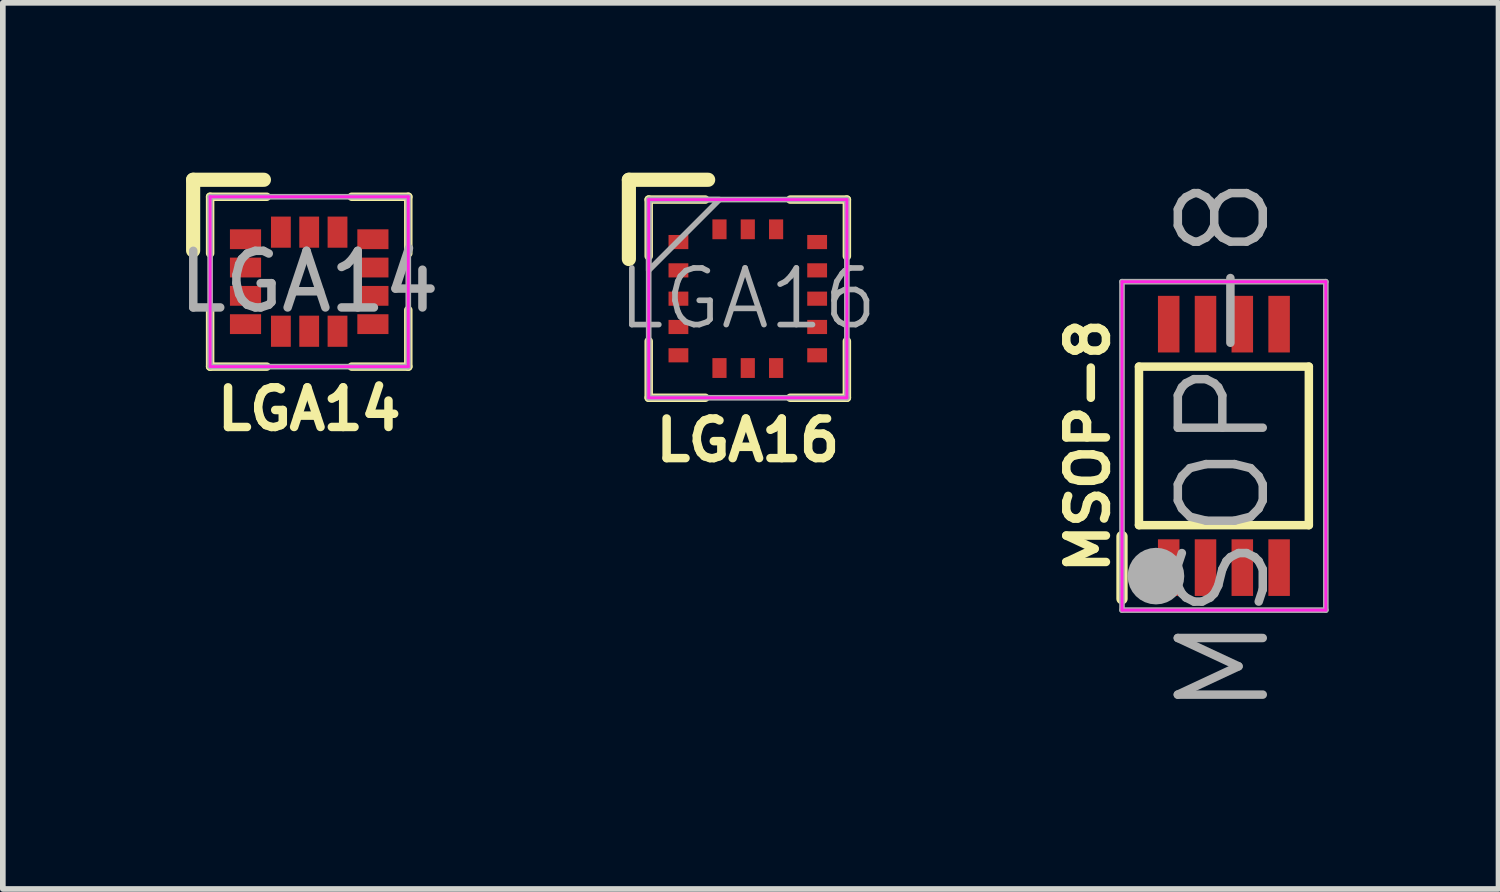
<source format=kicad_pcb>
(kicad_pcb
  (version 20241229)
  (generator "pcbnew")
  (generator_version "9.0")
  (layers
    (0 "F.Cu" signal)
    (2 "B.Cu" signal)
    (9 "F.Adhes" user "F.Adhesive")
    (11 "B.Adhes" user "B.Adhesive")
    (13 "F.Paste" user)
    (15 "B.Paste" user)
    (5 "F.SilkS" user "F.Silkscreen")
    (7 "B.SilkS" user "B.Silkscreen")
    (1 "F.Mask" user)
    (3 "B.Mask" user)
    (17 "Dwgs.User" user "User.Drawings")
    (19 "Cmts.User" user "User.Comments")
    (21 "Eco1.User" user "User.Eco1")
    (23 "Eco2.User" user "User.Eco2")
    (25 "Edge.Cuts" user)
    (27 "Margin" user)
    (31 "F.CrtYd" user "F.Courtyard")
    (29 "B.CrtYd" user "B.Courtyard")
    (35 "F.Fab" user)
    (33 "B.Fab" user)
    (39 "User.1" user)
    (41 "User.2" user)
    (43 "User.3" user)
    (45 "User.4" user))
  (footprint "MSOP-8"
    (layer "F.Cu")
    (at 18.566 4.825)
    (property "Reference" "MSOP-8" (at -2.4 0 90) (layer "F.SilkS") (effects (font (size 0.7 0.7) (thickness 0.15))))
    (attr through_hole)
    (fp_line (start -1.8 1.6) (end -1.8 2.7) (stroke (width 0.2) (type solid)) (layer "F.SilkS"))
    (fp_line (start -1.5 -1.4) (end 1.5 -1.4) (stroke (width 0.15) (type solid)) (layer "F.SilkS"))
    (fp_line (start -1.5 1.4) (end -1.5 -1.4) (stroke (width 0.15) (type solid)) (layer "F.SilkS"))
    (fp_line (start 1.5 -1.4) (end 1.5 1.4) (stroke (width 0.15) (type solid)) (layer "F.SilkS"))
    (fp_line (start 1.5 1.4) (end -1.5 1.4) (stroke (width 0.15) (type solid)) (layer "F.SilkS"))
    (fp_line (start -1.8 -2.9) (end 1.8 -2.9) (stroke (width 0.05) (type solid)) (layer "F.CrtYd"))
    (fp_line (start -1.8 2.9) (end -1.8 -2.9) (stroke (width 0.05) (type solid)) (layer "F.CrtYd"))
    (fp_line (start 1.8 -2.9) (end 1.8 2.9) (stroke (width 0.05) (type solid)) (layer "F.CrtYd"))
    (fp_line (start 1.8 2.9) (end -1.8 2.9) (stroke (width 0.05) (type solid)) (layer "F.CrtYd"))
    (fp_line (start -1.8 -2.9) (end 1.8 -2.9) (stroke (width 0.1) (type solid)) (layer "F.Fab"))
    (fp_line (start -1.8 2.9) (end -1.8 -2.9) (stroke (width 0.1) (type solid)) (layer "F.Fab"))
    (fp_line (start 1.8 -2.9) (end 1.8 2.9) (stroke (width 0.1) (type solid)) (layer "F.Fab"))
    (fp_line (start 1.8 2.9) (end -1.8 2.9) (stroke (width 0.1) (type solid)) (layer "F.Fab"))
    (fp_circle (center -1.2 2.3) (end -0.95 2.3) (stroke (width 0.5) (type solid)) (fill no) (layer "F.Fab"))
    (fp_text user "${REFERENCE}" (at 0 0 90) (layer "F.Fab") (effects (font (size 1.5 1.5) (thickness 0.15))))
    (pad "1" smd rect (at -0.975 2.15) (size 0.38 1) (layers "F.Cu" "F.Mask" "F.Paste"))
    (pad "2" smd rect (at -0.325 2.15) (size 0.38 1) (layers "F.Cu" "F.Mask" "F.Paste"))
    (pad "3" smd rect (at 0.325 2.15) (size 0.38 1) (layers "F.Cu" "F.Mask" "F.Paste"))
    (pad "4" smd rect (at 0.975 2.15) (size 0.38 1) (layers "F.Cu" "F.Mask" "F.Paste"))
    (pad "5" smd rect (at 0.975 -2.15) (size 0.38 1) (layers "F.Cu" "F.Mask" "F.Paste"))
    (pad "6" smd rect (at 0.325 -2.15) (size 0.38 1) (layers "F.Cu" "F.Mask" "F.Paste"))
    (pad "7" smd rect (at -0.325 -2.15) (size 0.38 1) (layers "F.Cu" "F.Mask" "F.Paste"))
    (pad "8" smd rect (at -0.975 -2.15) (size 0.38 1) (layers "F.Cu" "F.Mask" "F.Paste")))
  (footprint "LGA16"
    (layer "F.Cu")
    (at 10.157 2.225)
    (property "Reference" "LGA16" (at 0 2.5 0) (layer "F.SilkS") (effects (font (size 0.7 0.7) (thickness 0.15))))
    (attr through_hole)
    (fp_line (start -2.1 -2.1) (end -0.7 -2.1) (stroke (width 0.25) (type solid)) (layer "F.SilkS"))
    (fp_line (start -2.1 -0.7) (end -2.1 -2.1) (stroke (width 0.25) (type solid)) (layer "F.SilkS"))
    (fp_line (start -1.75 -1.75) (end -1.75 -0.75) (stroke (width 0.15) (type solid)) (layer "F.SilkS"))
    (fp_line (start -1.75 -1.75) (end -0.75 -1.75) (stroke (width 0.15) (type solid)) (layer "F.SilkS"))
    (fp_line (start -1.75 1.75) (end -1.75 0.75) (stroke (width 0.15) (type solid)) (layer "F.SilkS"))
    (fp_line (start -1.75 1.75) (end -0.75 1.75) (stroke (width 0.15) (type solid)) (layer "F.SilkS"))
    (fp_line (start 1.75 -1.75) (end 0.75 -1.75) (stroke (width 0.15) (type solid)) (layer "F.SilkS"))
    (fp_line (start 1.75 -1.75) (end 1.75 -0.75) (stroke (width 0.15) (type solid)) (layer "F.SilkS"))
    (fp_line (start 1.75 1.75) (end 0.75 1.75) (stroke (width 0.15) (type solid)) (layer "F.SilkS"))
    (fp_line (start 1.75 1.75) (end 1.75 0.75) (stroke (width 0.15) (type solid)) (layer "F.SilkS"))
    (fp_line (start -1.75 -1.75) (end 1.75 -1.75) (stroke (width 0.05) (type solid)) (layer "F.CrtYd"))
    (fp_line (start -1.75 1.75) (end -1.75 -1.75) (stroke (width 0.05) (type solid)) (layer "F.CrtYd"))
    (fp_line (start 1.75 -1.75) (end 1.75 1.75) (stroke (width 0.05) (type solid)) (layer "F.CrtYd"))
    (fp_line (start 1.75 1.75) (end -1.75 1.75) (stroke (width 0.05) (type solid)) (layer "F.CrtYd"))
    (fp_line (start -1.75 -1.75) (end 1.75 -1.75) (stroke (width 0.1) (type solid)) (layer "F.Fab"))
    (fp_line (start -1.75 1.75) (end -1.75 -1.75) (stroke (width 0.1) (type solid)) (layer "F.Fab"))
    (fp_line (start 1.75 -1.75) (end 1.75 1.75) (stroke (width 0.1) (type solid)) (layer "F.Fab"))
    (fp_line (start 1.75 1.75) (end -1.75 1.75) (stroke (width 0.1) (type solid)) (layer "F.Fab"))
    (fp_poly (pts (xy -1.75 -1.75) (xy -1.75 -0.5) (xy -0.5 -1.75)) (stroke (width 0.1) (type solid)) (fill no) (layer "F.Fab"))
    (fp_text user "${REFERENCE}" (at 0 0 0) (layer "F.Fab") (effects (font (size 1 1) (thickness 0.1))))
    (pad "1" smd rect (at -1.225 -1) (size 0.35 0.25) (layers "F.Cu" "F.Mask" "F.Paste"))
    (pad "2" smd rect (at -1.225 -0.5) (size 0.35 0.25) (layers "F.Cu" "F.Mask" "F.Paste"))
    (pad "3" smd rect (at -1.225 0) (size 0.35 0.25) (layers "F.Cu" "F.Mask" "F.Paste"))
    (pad "4" smd rect (at -1.225 0.5) (size 0.35 0.25) (layers "F.Cu" "F.Mask" "F.Paste"))
    (pad "5" smd rect (at -1.225 1) (size 0.35 0.25) (layers "F.Cu" "F.Mask" "F.Paste"))
    (pad "6" smd rect (at -0.5 1.225 90) (size 0.35 0.25) (layers "F.Cu" "F.Mask" "F.Paste"))
    (pad "7" smd rect (at 0 1.225 90) (size 0.35 0.25) (layers "F.Cu" "F.Mask" "F.Paste"))
    (pad "8" smd rect (at 0.5 1.225 90) (size 0.35 0.25) (layers "F.Cu" "F.Mask" "F.Paste"))
    (pad "9" smd rect (at 1.225 1) (size 0.35 0.25) (layers "F.Cu" "F.Mask" "F.Paste"))
    (pad "10" smd rect (at 1.225 0.5) (size 0.35 0.25) (layers "F.Cu" "F.Mask" "F.Paste"))
    (pad "11" smd rect (at 1.225 0) (size 0.35 0.25) (layers "F.Cu" "F.Mask" "F.Paste"))
    (pad "12" smd rect (at 1.225 -0.5) (size 0.35 0.25) (layers "F.Cu" "F.Mask" "F.Paste"))
    (pad "13" smd rect (at 1.225 -1) (size 0.35 0.25) (layers "F.Cu" "F.Mask" "F.Paste"))
    (pad "14" smd rect (at 0.5 -1.225 90) (size 0.35 0.25) (layers "F.Cu" "F.Mask" "F.Paste"))
    (pad "15" smd rect (at 0 -1.225 90) (size 0.35 0.25) (layers "F.Cu" "F.Mask" "F.Paste"))
    (pad "16" smd rect (at -0.5 -1.225 90) (size 0.35 0.25) (layers "F.Cu" "F.Mask" "F.Paste")))
  (footprint "LGA14"
    (layer "F.Cu")
    (at 2.411 1.925)
    (property "Reference" "LGA14" (at 0 2.25 0) (layer "F.SilkS") (effects (font (size 0.7 0.7) (thickness 0.15))))
    (attr smd)
    (fp_line (start -2.05 -1.8) (end -0.8 -1.8) (stroke (width 0.25) (type solid)) (layer "F.SilkS"))
    (fp_line (start -2.05 -0.55) (end -2.05 -1.8) (stroke (width 0.25) (type solid)) (layer "F.SilkS"))
    (fp_line (start -1.75 -1.5) (end -1.75 -0.5) (stroke (width 0.15) (type solid)) (layer "F.SilkS"))
    (fp_line (start -1.75 -1.5) (end -0.75 -1.5) (stroke (width 0.15) (type solid)) (layer "F.SilkS"))
    (fp_line (start -1.75 1.5) (end -1.75 0.5) (stroke (width 0.15) (type solid)) (layer "F.SilkS"))
    (fp_line (start -1.75 1.5) (end -0.75 1.5) (stroke (width 0.15) (type solid)) (layer "F.SilkS"))
    (fp_line (start 1.75 -1.5) (end 0.75 -1.5) (stroke (width 0.15) (type solid)) (layer "F.SilkS"))
    (fp_line (start 1.75 -1.5) (end 1.75 -0.5) (stroke (width 0.15) (type solid)) (layer "F.SilkS"))
    (fp_line (start 1.75 1.5) (end 0.75 1.5) (stroke (width 0.15) (type solid)) (layer "F.SilkS"))
    (fp_line (start 1.75 1.5) (end 1.75 0.5) (stroke (width 0.15) (type solid)) (layer "F.SilkS"))
    (fp_line (start -1.75 -1.5) (end 1.75 -1.5) (stroke (width 0.05) (type solid)) (layer "F.CrtYd"))
    (fp_line (start -1.75 1.5) (end -1.75 -1.5) (stroke (width 0.05) (type solid)) (layer "F.CrtYd"))
    (fp_line (start 1.75 -1.5) (end 1.75 1.5) (stroke (width 0.05) (type solid)) (layer "F.CrtYd"))
    (fp_line (start 1.75 1.5) (end -1.75 1.5) (stroke (width 0.05) (type solid)) (layer "F.CrtYd"))
    (fp_line (start -1.75 -1.5) (end 1.75 -1.5) (stroke (width 0.1) (type solid)) (layer "F.Fab"))
    (fp_line (start -1.75 1.5) (end -1.75 -1.5) (stroke (width 0.1) (type solid)) (layer "F.Fab"))
    (fp_line (start 1.75 -1.5) (end 1.75 1.5) (stroke (width 0.1) (type solid)) (layer "F.Fab"))
    (fp_line (start 1.75 1.5) (end -1.75 1.5) (stroke (width 0.1) (type solid)) (layer "F.Fab"))
    (fp_text user "${REFERENCE}" (at 0 0 0) (layer "F.Fab") (effects (font (size 1 1) (thickness 0.15))))
    (pad "1" smd rect (at -1.125 -0.75) (size 0.55 0.35) (layers "F.Cu" "F.Mask" "F.Paste"))
    (pad "2" smd rect (at -1.125 -0.25) (size 0.55 0.35) (layers "F.Cu" "F.Mask" "F.Paste"))
    (pad "3" smd rect (at -1.125 0.25) (size 0.55 0.35) (layers "F.Cu" "F.Mask" "F.Paste"))
    (pad "4" smd rect (at -1.125 0.75) (size 0.55 0.35) (layers "F.Cu" "F.Mask" "F.Paste"))
    (pad "5" smd rect (at -0.5 0.875 90) (size 0.55 0.35) (layers "F.Cu" "F.Mask" "F.Paste"))
    (pad "6" smd rect (at 0 0.875 90) (size 0.55 0.35) (layers "F.Cu" "F.Mask" "F.Paste"))
    (pad "7" smd rect (at 0.5 0.875 90) (size 0.55 0.35) (layers "F.Cu" "F.Mask" "F.Paste"))
    (pad "8" smd rect (at 1.125 0.75 180) (size 0.55 0.35) (layers "F.Cu" "F.Mask" "F.Paste"))
    (pad "9" smd rect (at 1.125 0.25 180) (size 0.55 0.35) (layers "F.Cu" "F.Mask" "F.Paste"))
    (pad "10" smd rect (at 1.125 -0.25 180) (size 0.55 0.35) (layers "F.Cu" "F.Mask" "F.Paste"))
    (pad "11" smd rect (at 1.125 -0.75 180) (size 0.55 0.35) (layers "F.Cu" "F.Mask" "F.Paste"))
    (pad "12" smd rect (at 0.5 -0.875 270) (size 0.55 0.35) (layers "F.Cu" "F.Mask" "F.Paste"))
    (pad "13" smd rect (at 0 -0.875 270) (size 0.55 0.35) (layers "F.Cu" "F.Mask" "F.Paste"))
    (pad "14" smd rect (at -0.5 -0.875 270) (size 0.55 0.35) (layers "F.Cu" "F.Mask" "F.Paste")))
  (gr_rect
    (start -3 -3)
    (end 23.416 12.65)
    (stroke (width 0.1) (type default))
    (fill no)
    (layer "Edge.Cuts")))
</source>
